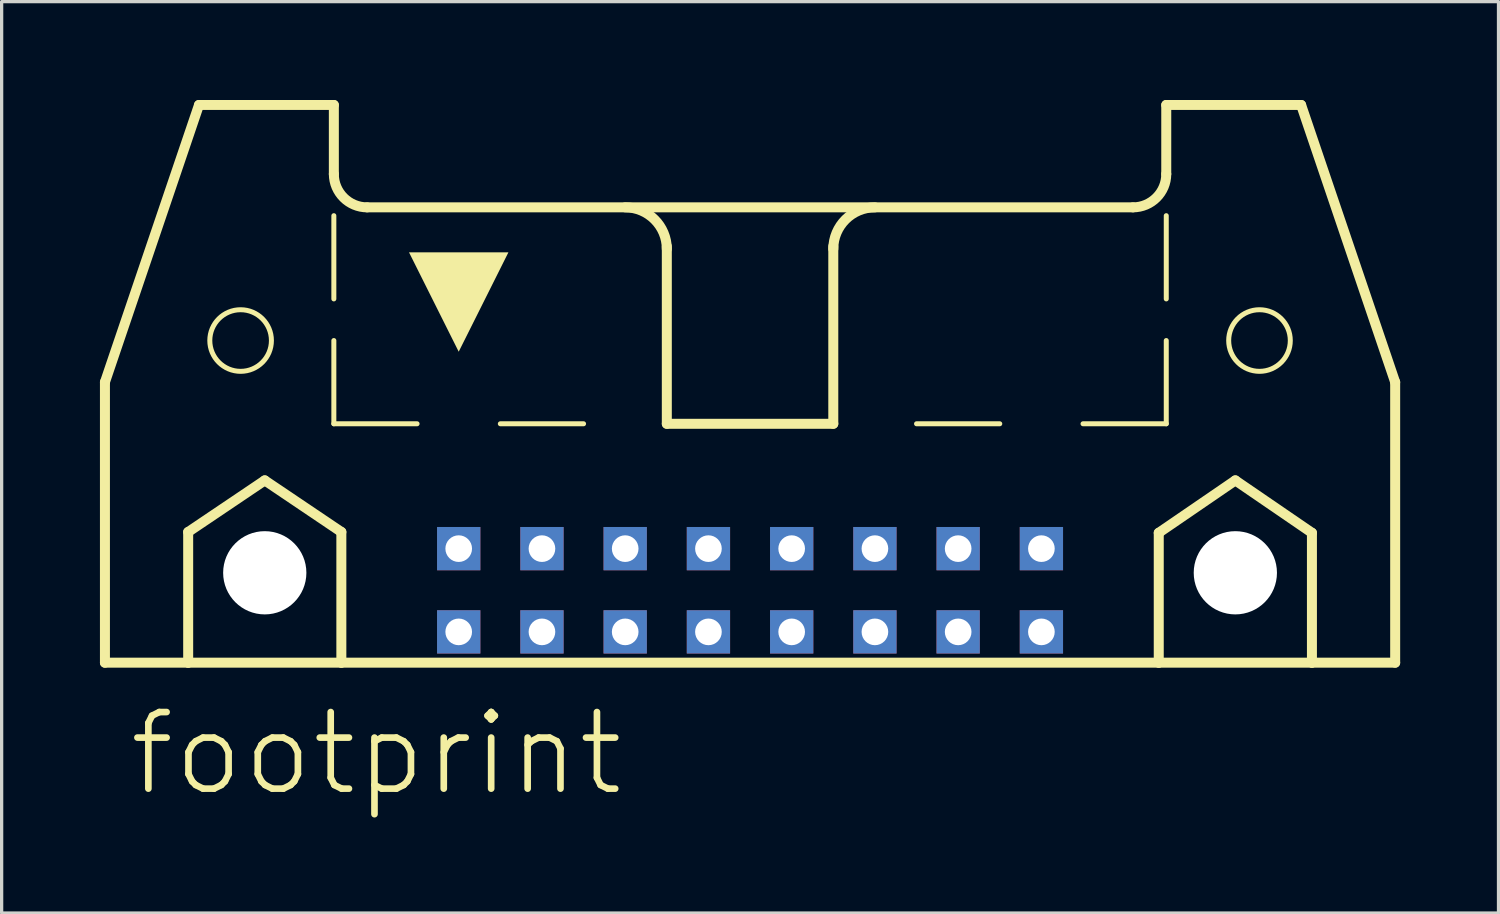
<source format=kicad_pcb>
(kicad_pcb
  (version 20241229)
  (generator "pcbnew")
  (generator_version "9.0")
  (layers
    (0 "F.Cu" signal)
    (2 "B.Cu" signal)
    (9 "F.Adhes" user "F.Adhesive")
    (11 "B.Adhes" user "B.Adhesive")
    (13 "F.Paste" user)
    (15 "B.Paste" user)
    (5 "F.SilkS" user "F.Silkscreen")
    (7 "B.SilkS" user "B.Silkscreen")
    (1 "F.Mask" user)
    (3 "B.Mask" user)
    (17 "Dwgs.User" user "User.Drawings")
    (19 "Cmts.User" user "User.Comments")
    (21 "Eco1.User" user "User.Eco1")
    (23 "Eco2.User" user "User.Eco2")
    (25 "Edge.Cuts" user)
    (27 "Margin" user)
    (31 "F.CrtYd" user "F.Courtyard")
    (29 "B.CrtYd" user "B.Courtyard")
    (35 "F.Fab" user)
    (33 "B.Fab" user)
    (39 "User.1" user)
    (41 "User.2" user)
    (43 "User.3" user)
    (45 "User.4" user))
  (footprint "footprint"
    (layer "F.Cu")
    (at 19.837 11.151)
    (property "Reference" "footprint" (at -19.05 10.16 0) (layer "F.SilkS") (effects (font (size 2.337 2.337) (thickness 0.203)) (justify left bottom)))
    (fp_line (start -19.685 -2.54) (end -19.685 6.02) (stroke (width 0.305) (type solid)) (layer "F.SilkS"))
    (fp_line (start -19.685 -2.54) (end -16.815 -10.998) (stroke (width 0.305) (type solid)) (layer "F.SilkS"))
    (fp_line (start -19.685 6.02) (end -17.145 6.02) (stroke (width 0.305) (type solid)) (layer "F.SilkS"))
    (fp_line (start -17.145 2.032) (end -14.808 0.457) (stroke (width 0.305) (type solid)) (layer "F.SilkS"))
    (fp_line (start -17.145 6.02) (end -17.145 2.032) (stroke (width 0.305) (type solid)) (layer "F.SilkS"))
    (fp_line (start -17.145 6.02) (end -12.471 6.02) (stroke (width 0.305) (type solid)) (layer "F.SilkS"))
    (fp_line (start -14.808 0.457) (end -12.471 2.032) (stroke (width 0.305) (type solid)) (layer "F.SilkS"))
    (fp_line (start -12.7 -10.998) (end -16.815 -10.998) (stroke (width 0.305) (type solid)) (layer "F.SilkS"))
    (fp_line (start -12.7 -8.89) (end -12.7 -10.998) (stroke (width 0.305) (type solid)) (layer "F.SilkS"))
    (fp_line (start -12.7 -5.08) (end -12.7 -7.62) (stroke (width 0.152) (type solid)) (layer "F.SilkS"))
    (fp_line (start -12.7 -1.27) (end -12.7 -3.81) (stroke (width 0.152) (type solid)) (layer "F.SilkS"))
    (fp_line (start -12.7 -1.27) (end -10.16 -1.27) (stroke (width 0.152) (type solid)) (layer "F.SilkS"))
    (fp_line (start -12.471 2.032) (end -12.471 6.02) (stroke (width 0.305) (type solid)) (layer "F.SilkS"))
    (fp_line (start -12.471 6.02) (end 12.471 6.02) (stroke (width 0.305) (type solid)) (layer "F.SilkS"))
    (fp_line (start -11.684 -7.874) (end 11.684 -7.874) (stroke (width 0.305) (type solid)) (layer "F.SilkS"))
    (fp_line (start -7.62 -1.27) (end -5.08 -1.27) (stroke (width 0.152) (type solid)) (layer "F.SilkS"))
    (fp_line (start -2.54 -1.27) (end -2.54 -6.68) (stroke (width 0.305) (type solid)) (layer "F.SilkS"))
    (fp_line (start 0 -1.27) (end 2.54 -1.27) (stroke (width 0.152) (type solid)) (layer "F.SilkS"))
    (fp_line (start 2.54 -1.27) (end -2.54 -1.27) (stroke (width 0.305) (type solid)) (layer "F.SilkS"))
    (fp_line (start 2.54 -1.27) (end 2.54 -6.68) (stroke (width 0.305) (type solid)) (layer "F.SilkS"))
    (fp_line (start 7.62 -1.27) (end 5.08 -1.27) (stroke (width 0.152) (type solid)) (layer "F.SilkS"))
    (fp_line (start 12.471 2.057) (end 14.808 0.457) (stroke (width 0.305) (type solid)) (layer "F.SilkS"))
    (fp_line (start 12.471 6.02) (end 12.471 2.057) (stroke (width 0.305) (type solid)) (layer "F.SilkS"))
    (fp_line (start 12.471 6.02) (end 17.145 6.02) (stroke (width 0.305) (type solid)) (layer "F.SilkS"))
    (fp_line (start 12.7 -10.998) (end 16.815 -10.998) (stroke (width 0.305) (type solid)) (layer "F.SilkS"))
    (fp_line (start 12.7 -8.89) (end 12.7 -10.998) (stroke (width 0.305) (type solid)) (layer "F.SilkS"))
    (fp_line (start 12.7 -5.08) (end 12.7 -7.62) (stroke (width 0.152) (type solid)) (layer "F.SilkS"))
    (fp_line (start 12.7 -1.27) (end 10.16 -1.27) (stroke (width 0.152) (type solid)) (layer "F.SilkS"))
    (fp_line (start 12.7 -1.27) (end 12.7 -3.81) (stroke (width 0.152) (type solid)) (layer "F.SilkS"))
    (fp_line (start 14.808 0.457) (end 17.145 2.057) (stroke (width 0.305) (type solid)) (layer "F.SilkS"))
    (fp_line (start 17.145 2.057) (end 17.145 6.02) (stroke (width 0.305) (type solid)) (layer "F.SilkS"))
    (fp_line (start 17.145 6.02) (end 19.685 6.02) (stroke (width 0.305) (type solid)) (layer "F.SilkS"))
    (fp_line (start 19.685 -2.54) (end 16.815 -10.998) (stroke (width 0.305) (type solid)) (layer "F.SilkS"))
    (fp_line (start 19.685 6.02) (end 19.685 -2.54) (stroke (width 0.305) (type solid)) (layer "F.SilkS"))
    (fp_arc (start -11.684 -7.874) (mid -12.40242 -8.17158) (end -12.7 -8.89) (stroke (width 0.3048) (type solid)) (layer "F.SilkS"))
    (fp_arc (start -3.81 -7.874) (mid -2.911974 -7.502026) (end -2.54 -6.604) (stroke (width 0.3048) (type solid)) (layer "F.SilkS"))
    (fp_arc (start 2.54 -6.604) (mid 2.911974 -7.502026) (end 3.81 -7.874) (stroke (width 0.3048) (type solid)) (layer "F.SilkS"))
    (fp_arc (start 12.7 -8.89) (mid 12.40242 -8.17158) (end 11.684 -7.874) (stroke (width 0.3048) (type solid)) (layer "F.SilkS"))
    (fp_circle (center -15.545 -3.81) (end -14.605 -3.81) (stroke (width 0.152) (type solid)) (fill no) (layer "F.SilkS"))
    (fp_circle (center 15.545 -3.81) (end 16.485 -3.81) (stroke (width 0.152) (type solid)) (fill no) (layer "F.SilkS"))
    (fp_poly (pts (xy -8.89 -3.469) (xy -10.407 -6.502) (xy -7.373 -6.502)) (stroke (width 0) (type solid)) (fill yes) (layer "F.SilkS"))
    (pad "" np_thru_hole circle (at -14.808 3.277) (size 2.54 2.54) (drill 2.54) (layers "*.Cu" "*.Mask"))
    (pad "" np_thru_hole circle (at 14.808 3.277) (size 2.54 2.54) (drill 2.54) (layers "*.Cu" "*.Mask"))
    (pad "1" thru_hole rect (at -8.89 5.08) (size 1.321 1.321) (drill 0.813) (layers "*.Cu" "*.Mask"))
    (pad "2" thru_hole rect (at -8.89 2.54) (size 1.321 1.321) (drill 0.813) (layers "*.Cu" "*.Mask"))
    (pad "3" thru_hole rect (at -6.35 5.08) (size 1.321 1.321) (drill 0.813) (layers "*.Cu" "*.Mask"))
    (pad "4" thru_hole rect (at -6.35 2.54) (size 1.321 1.321) (drill 0.813) (layers "*.Cu" "*.Mask"))
    (pad "5" thru_hole rect (at -3.81 5.08) (size 1.321 1.321) (drill 0.813) (layers "*.Cu" "*.Mask"))
    (pad "6" thru_hole rect (at -3.81 2.54) (size 1.321 1.321) (drill 0.813) (layers "*.Cu" "*.Mask"))
    (pad "7" thru_hole rect (at -1.27 5.08) (size 1.321 1.321) (drill 0.813) (layers "*.Cu" "*.Mask"))
    (pad "8" thru_hole rect (at -1.27 2.54) (size 1.321 1.321) (drill 0.813) (layers "*.Cu" "*.Mask"))
    (pad "9" thru_hole rect (at 1.27 5.08) (size 1.321 1.321) (drill 0.813) (layers "*.Cu" "*.Mask"))
    (pad "10" thru_hole rect (at 1.27 2.54) (size 1.321 1.321) (drill 0.813) (layers "*.Cu" "*.Mask"))
    (pad "11" thru_hole rect (at 3.81 5.08) (size 1.321 1.321) (drill 0.813) (layers "*.Cu" "*.Mask"))
    (pad "12" thru_hole rect (at 3.81 2.54) (size 1.321 1.321) (drill 0.813) (layers "*.Cu" "*.Mask"))
    (pad "13" thru_hole rect (at 6.35 5.08) (size 1.321 1.321) (drill 0.813) (layers "*.Cu" "*.Mask"))
    (pad "14" thru_hole rect (at 6.35 2.54) (size 1.321 1.321) (drill 0.813) (layers "*.Cu" "*.Mask"))
    (pad "15" thru_hole rect (at 8.89 5.08) (size 1.321 1.321) (drill 0.813) (layers "*.Cu" "*.Mask"))
    (pad "16" thru_hole rect (at 8.89 2.54) (size 1.321 1.321) (drill 0.813) (layers "*.Cu" "*.Mask"))
    (zone (net_name "") (layer "F.Cu") (hatch edge 0.508) (connect_pads) (min_thickness 0.254) (filled_areas_thickness no) (keepout (tracks not_allowed) (vias not_allowed) (pads not_allowed) (copperpour not_allowed) (footprints allowed)) (placement (enabled no)) (fill) (polygon (pts (xy 6.96 14.427) (xy 6.93 14.092) (xy 6.843 13.767) (xy 6.701 13.462) (xy 6.508 13.186) (xy 6.27 12.948) (xy 5.994 12.755) (xy 5.689 12.613) (xy 5.364 12.526) (xy 5.029 12.497) (xy 4.694 12.526) (xy 4.369 12.613) (xy 4.064 12.755) (xy 3.788 12.948) (xy 3.55 13.186) (xy 3.357 13.462) (xy 3.215 13.767) (xy 3.128 14.092) (xy 3.099 14.427) (xy 3.128 14.762) (xy 3.215 15.087) (xy 3.357 15.392) (xy 3.55 15.668) (xy 3.788 15.906) (xy 4.064 16.099) (xy 4.369 16.241) (xy 4.694 16.328) (xy 5.029 16.358) (xy 5.364 16.328) (xy 5.689 16.241) (xy 5.994 16.099) (xy 6.27 15.906) (xy 6.508 15.668) (xy 6.701 15.392) (xy 6.843 15.087) (xy 6.93 14.762))))
    (zone (net_name "") (layer "F.Cu") (hatch edge 0.508) (connect_pads) (min_thickness 0.254) (filled_areas_thickness no) (keepout (tracks not_allowed) (vias not_allowed) (pads not_allowed) (copperpour not_allowed) (footprints allowed)) (placement (enabled no)) (fill) (polygon (pts (xy 36.576 14.427) (xy 36.547 14.092) (xy 36.46 13.767) (xy 36.317 13.462) (xy 36.124 13.186) (xy 35.886 12.948) (xy 35.611 12.755) (xy 35.306 12.613) (xy 34.981 12.526) (xy 34.646 12.497) (xy 34.31 12.526) (xy 33.985 12.613) (xy 33.68 12.755) (xy 33.405 12.948) (xy 33.167 13.186) (xy 32.974 13.462) (xy 32.832 13.767) (xy 32.745 14.092) (xy 32.715 14.427) (xy 32.745 14.762) (xy 32.832 15.087) (xy 32.974 15.392) (xy 33.167 15.668) (xy 33.405 15.906) (xy 33.68 16.099) (xy 33.985 16.241) (xy 34.31 16.328) (xy 34.646 16.358) (xy 34.981 16.328) (xy 35.306 16.241) (xy 35.611 16.099) (xy 35.886 15.906) (xy 36.124 15.668) (xy 36.317 15.392) (xy 36.46 15.087) (xy 36.547 14.762))))
    (zone (net_name "") (layer "B.Cu") (hatch edge 0.508) (connect_pads) (min_thickness 0.254) (filled_areas_thickness no) (keepout (tracks not_allowed) (vias not_allowed) (pads not_allowed) (copperpour not_allowed) (footprints allowed)) (placement (enabled no)) (fill) (polygon (pts (xy 6.96 14.427) (xy 6.93 14.092) (xy 6.843 13.767) (xy 6.701 13.462) (xy 6.508 13.186) (xy 6.27 12.948) (xy 5.994 12.755) (xy 5.689 12.613) (xy 5.364 12.526) (xy 5.029 12.497) (xy 4.694 12.526) (xy 4.369 12.613) (xy 4.064 12.755) (xy 3.788 12.948) (xy 3.55 13.186) (xy 3.357 13.462) (xy 3.215 13.767) (xy 3.128 14.092) (xy 3.099 14.427) (xy 3.128 14.762) (xy 3.215 15.087) (xy 3.357 15.392) (xy 3.55 15.668) (xy 3.788 15.906) (xy 4.064 16.099) (xy 4.369 16.241) (xy 4.694 16.328) (xy 5.029 16.358) (xy 5.364 16.328) (xy 5.689 16.241) (xy 5.994 16.099) (xy 6.27 15.906) (xy 6.508 15.668) (xy 6.701 15.392) (xy 6.843 15.087) (xy 6.93 14.762))))
    (zone (net_name "") (layer "B.Cu") (hatch edge 0.508) (connect_pads) (min_thickness 0.254) (filled_areas_thickness no) (keepout (tracks not_allowed) (vias not_allowed) (pads not_allowed) (copperpour not_allowed) (footprints allowed)) (placement (enabled no)) (fill) (polygon (pts (xy 36.576 14.427) (xy 36.547 14.092) (xy 36.46 13.767) (xy 36.317 13.462) (xy 36.124 13.186) (xy 35.886 12.948) (xy 35.611 12.755) (xy 35.306 12.613) (xy 34.981 12.526) (xy 34.646 12.497) (xy 34.31 12.526) (xy 33.985 12.613) (xy 33.68 12.755) (xy 33.405 12.948) (xy 33.167 13.186) (xy 32.974 13.462) (xy 32.832 13.767) (xy 32.745 14.092) (xy 32.715 14.427) (xy 32.745 14.762) (xy 32.832 15.087) (xy 32.974 15.392) (xy 33.167 15.668) (xy 33.405 15.906) (xy 33.68 16.099) (xy 33.985 16.241) (xy 34.31 16.328) (xy 34.646 16.358) (xy 34.981 16.328) (xy 35.306 16.241) (xy 35.611 16.099) (xy 35.886 15.906) (xy 36.124 15.668) (xy 36.317 15.392) (xy 36.46 15.087) (xy 36.547 14.762)))))
  (gr_rect
    (start -3 -3)
    (end 42.675 24.811)
    (stroke (width 0.1) (type default))
    (fill no)
    (layer "Edge.Cuts")))
</source>
